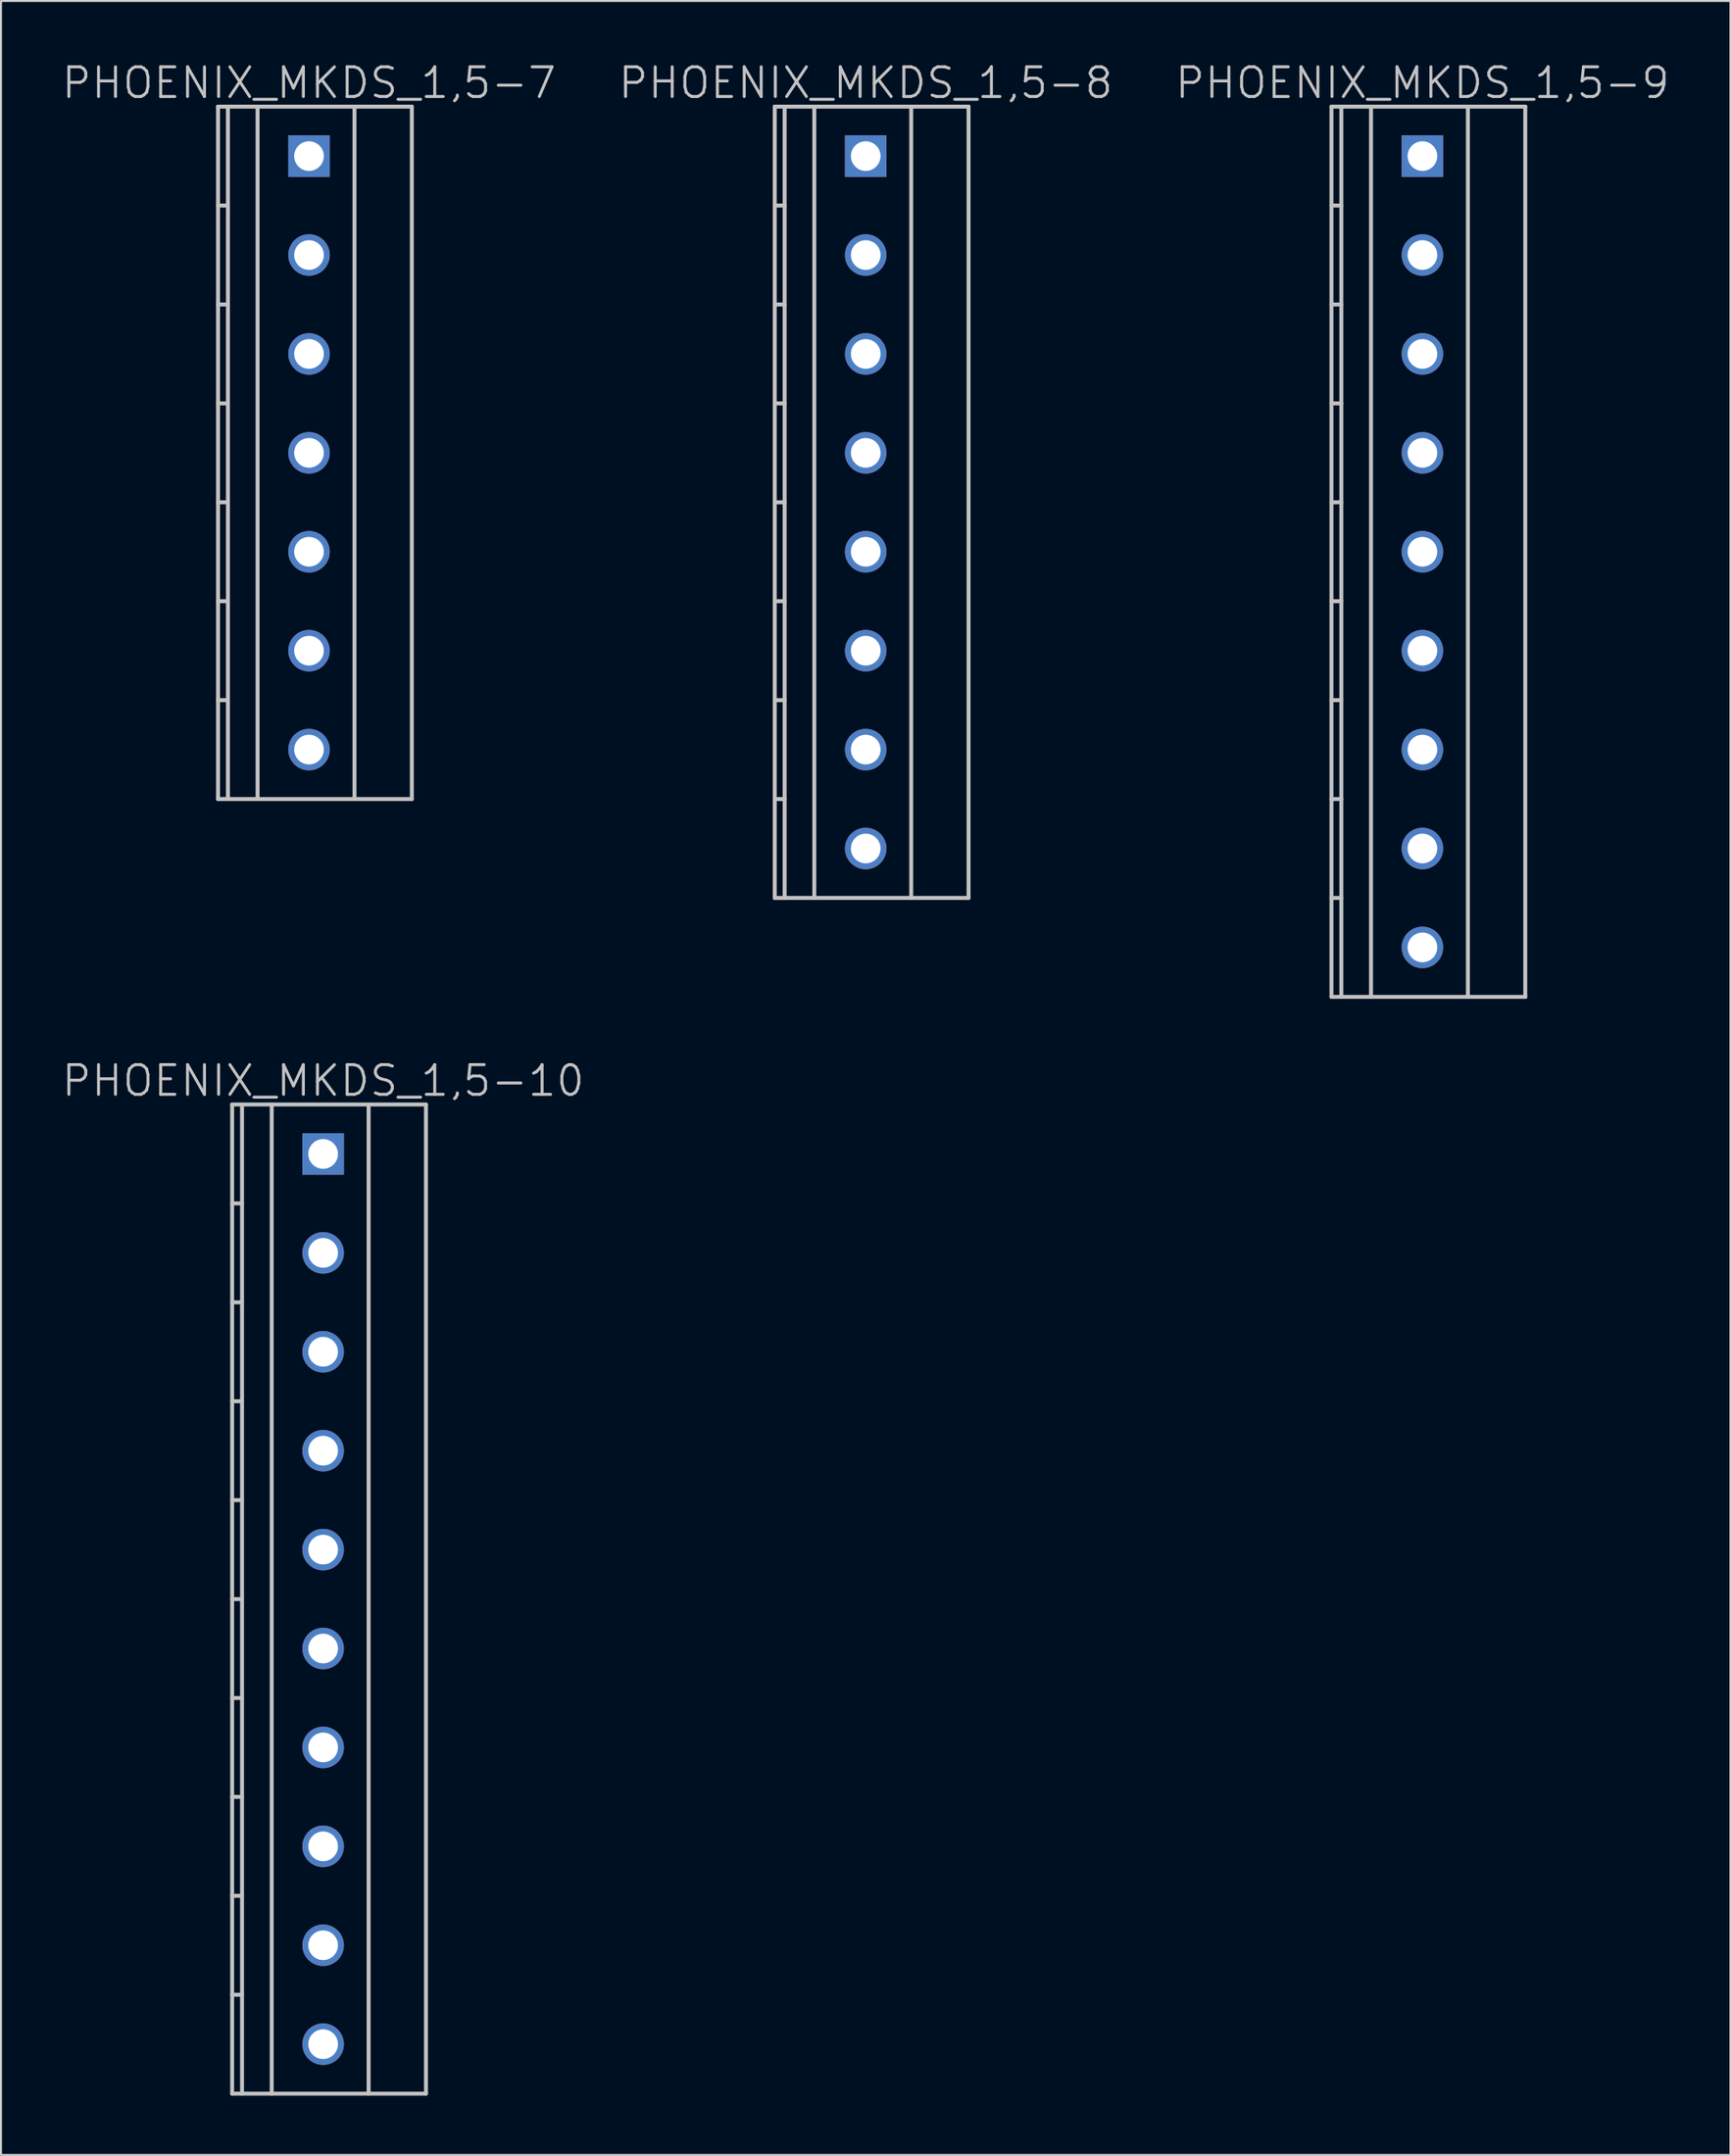
<source format=kicad_pcb>
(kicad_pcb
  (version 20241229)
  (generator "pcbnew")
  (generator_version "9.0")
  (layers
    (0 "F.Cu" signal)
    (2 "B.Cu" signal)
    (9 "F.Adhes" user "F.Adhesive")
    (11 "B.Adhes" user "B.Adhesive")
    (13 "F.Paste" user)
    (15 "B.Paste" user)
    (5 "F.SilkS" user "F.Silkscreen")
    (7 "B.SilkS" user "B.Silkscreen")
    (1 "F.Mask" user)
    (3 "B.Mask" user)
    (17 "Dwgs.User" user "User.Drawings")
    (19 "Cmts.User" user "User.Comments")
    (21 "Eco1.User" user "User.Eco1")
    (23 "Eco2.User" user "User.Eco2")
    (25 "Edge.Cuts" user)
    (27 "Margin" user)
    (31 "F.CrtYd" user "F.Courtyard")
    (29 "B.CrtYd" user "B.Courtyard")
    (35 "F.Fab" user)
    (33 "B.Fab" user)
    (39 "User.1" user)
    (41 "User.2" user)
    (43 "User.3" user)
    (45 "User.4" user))
  (footprint "PHOENIX_MKDS_1,5-9"
    (layer "F.Cu")
    (at 68.875 24.841)
    (property "Reference" "PHOENIX_MKDS_1,5-9" (at 0 -23.7 180) (layer "Dwgs.User") (effects (font (size 1.5 1.5) (thickness 0.15))))
    (attr through_hole)
    (fp_line (start -4.6 -22.5) (end -4.6 22.5) (stroke (width 0.2) (type solid)) (layer "Dwgs.User"))
    (fp_line (start -4.6 22.5) (end 5.2 22.5) (stroke (width 0.2) (type solid)) (layer "Dwgs.User"))
    (fp_line (start -4.1 -22.5) (end -4.1 22.5) (stroke (width 0.2) (type solid)) (layer "Dwgs.User"))
    (fp_line (start -4.1 -17.5) (end -4.6 -17.5) (stroke (width 0.2) (type solid)) (layer "Dwgs.User"))
    (fp_line (start -4.1 -12.5) (end -4.6 -12.5) (stroke (width 0.2) (type solid)) (layer "Dwgs.User"))
    (fp_line (start -4.1 -7.5) (end -4.6 -7.5) (stroke (width 0.2) (type solid)) (layer "Dwgs.User"))
    (fp_line (start -4.1 -2.5) (end -4.6 -2.5) (stroke (width 0.2) (type solid)) (layer "Dwgs.User"))
    (fp_line (start -4.1 2.5) (end -4.6 2.5) (stroke (width 0.2) (type solid)) (layer "Dwgs.User"))
    (fp_line (start -4.1 7.5) (end -4.6 7.5) (stroke (width 0.2) (type solid)) (layer "Dwgs.User"))
    (fp_line (start -4.1 12.5) (end -4.6 12.5) (stroke (width 0.2) (type solid)) (layer "Dwgs.User"))
    (fp_line (start -4.1 17.5) (end -4.6 17.5) (stroke (width 0.2) (type solid)) (layer "Dwgs.User"))
    (fp_line (start -2.6 -22.5) (end -2.6 22.5) (stroke (width 0.2) (type solid)) (layer "Dwgs.User"))
    (fp_line (start 2.3 -22.5) (end 2.3 22.5) (stroke (width 0.2) (type solid)) (layer "Dwgs.User"))
    (fp_line (start 5.2 -22.5) (end -4.6 -22.5) (stroke (width 0.2) (type solid)) (layer "Dwgs.User"))
    (fp_line (start 5.2 22.5) (end 5.2 -22.5) (stroke (width 0.2) (type solid)) (layer "Dwgs.User"))
    (pad "1" thru_hole rect (at 0 -20) (size 2.1 2.1) (drill 1.5) (layers "*.Cu" "*.Mask"))
    (pad "2" thru_hole circle (at 0 -15 270) (size 2.1 2.1) (drill 1.5) (layers "*.Cu" "*.Mask"))
    (pad "3" thru_hole circle (at 0 -10 270) (size 2.1 2.1) (drill 1.5) (layers "*.Cu" "*.Mask"))
    (pad "4" thru_hole circle (at 0 -5 270) (size 2.1 2.1) (drill 1.5) (layers "*.Cu" "*.Mask"))
    (pad "5" thru_hole circle (at 0 0 270) (size 2.1 2.1) (drill 1.5) (layers "*.Cu" "*.Mask"))
    (pad "6" thru_hole circle (at 0 5 270) (size 2.1 2.1) (drill 1.5) (layers "*.Cu" "*.Mask"))
    (pad "7" thru_hole circle (at 0 10 270) (size 2.1 2.1) (drill 1.5) (layers "*.Cu" "*.Mask"))
    (pad "8" thru_hole circle (at 0 15 270) (size 2.1 2.1) (drill 1.5) (layers "*.Cu" "*.Mask"))
    (pad "9" thru_hole circle (at 0 20 270) (size 2.1 2.1) (drill 1.5) (layers "*.Cu" "*.Mask")))
  (footprint "PHOENIX_MKDS_1,5-10"
    (layer "F.Cu")
    (at 13.289 77.781)
    (property "Reference" "PHOENIX_MKDS_1,5-10" (at 0 -26.2 180) (layer "Dwgs.User") (effects (font (size 1.5 1.5) (thickness 0.15))))
    (attr through_hole)
    (fp_line (start -4.6 -25) (end -4.6 25) (stroke (width 0.2) (type solid)) (layer "Dwgs.User"))
    (fp_line (start -4.6 25) (end 5.2 25) (stroke (width 0.2) (type solid)) (layer "Dwgs.User"))
    (fp_line (start -4.1 -25) (end -4.1 25) (stroke (width 0.2) (type solid)) (layer "Dwgs.User"))
    (fp_line (start -4.1 -20) (end -4.6 -20) (stroke (width 0.2) (type solid)) (layer "Dwgs.User"))
    (fp_line (start -4.1 -15) (end -4.6 -15) (stroke (width 0.2) (type solid)) (layer "Dwgs.User"))
    (fp_line (start -4.1 -10) (end -4.6 -10) (stroke (width 0.2) (type solid)) (layer "Dwgs.User"))
    (fp_line (start -4.1 -5) (end -4.6 -5) (stroke (width 0.2) (type solid)) (layer "Dwgs.User"))
    (fp_line (start -4.1 0) (end -4.6 0) (stroke (width 0.2) (type solid)) (layer "Dwgs.User"))
    (fp_line (start -4.1 5) (end -4.6 5) (stroke (width 0.2) (type solid)) (layer "Dwgs.User"))
    (fp_line (start -4.1 10) (end -4.6 10) (stroke (width 0.2) (type solid)) (layer "Dwgs.User"))
    (fp_line (start -4.1 15) (end -4.6 15) (stroke (width 0.2) (type solid)) (layer "Dwgs.User"))
    (fp_line (start -4.1 20) (end -4.6 20) (stroke (width 0.2) (type solid)) (layer "Dwgs.User"))
    (fp_line (start -2.6 -25) (end -2.6 25) (stroke (width 0.2) (type solid)) (layer "Dwgs.User"))
    (fp_line (start 2.3 -25) (end 2.3 25) (stroke (width 0.2) (type solid)) (layer "Dwgs.User"))
    (fp_line (start 5.2 -25) (end -4.6 -25) (stroke (width 0.2) (type solid)) (layer "Dwgs.User"))
    (fp_line (start 5.2 25) (end 5.2 -25) (stroke (width 0.2) (type solid)) (layer "Dwgs.User"))
    (pad "1" thru_hole rect (at 0 -22.5) (size 2.1 2.1) (drill 1.5) (layers "*.Cu" "*.Mask"))
    (pad "2" thru_hole circle (at 0 -17.5 270) (size 2.1 2.1) (drill 1.5) (layers "*.Cu" "*.Mask"))
    (pad "3" thru_hole circle (at 0 -12.5 270) (size 2.1 2.1) (drill 1.5) (layers "*.Cu" "*.Mask"))
    (pad "4" thru_hole circle (at 0 -7.5 270) (size 2.1 2.1) (drill 1.5) (layers "*.Cu" "*.Mask"))
    (pad "5" thru_hole circle (at 0 -2.5 270) (size 2.1 2.1) (drill 1.5) (layers "*.Cu" "*.Mask"))
    (pad "6" thru_hole circle (at 0 2.5 270) (size 2.1 2.1) (drill 1.5) (layers "*.Cu" "*.Mask"))
    (pad "7" thru_hole circle (at 0 7.5 270) (size 2.1 2.1) (drill 1.5) (layers "*.Cu" "*.Mask"))
    (pad "8" thru_hole circle (at 0 12.5 270) (size 2.1 2.1) (drill 1.5) (layers "*.Cu" "*.Mask"))
    (pad "9" thru_hole circle (at 0 17.5 270) (size 2.1 2.1) (drill 1.5) (layers "*.Cu" "*.Mask"))
    (pad "10" thru_hole circle (at 0 22.5 270) (size 2.1 2.1) (drill 1.5) (layers "*.Cu" "*.Mask")))
  (footprint "PHOENIX_MKDS_1,5-8"
    (layer "F.Cu")
    (at 40.725 22.341)
    (property "Reference" "PHOENIX_MKDS_1,5-8" (at 0 -21.2 180) (layer "Dwgs.User") (effects (font (size 1.5 1.5) (thickness 0.15))))
    (attr through_hole)
    (fp_line (start -4.6 -20) (end -4.6 20) (stroke (width 0.2) (type solid)) (layer "Dwgs.User"))
    (fp_line (start -4.6 20) (end 5.2 20) (stroke (width 0.2) (type solid)) (layer "Dwgs.User"))
    (fp_line (start -4.1 -20) (end -4.1 20) (stroke (width 0.2) (type solid)) (layer "Dwgs.User"))
    (fp_line (start -4.1 -15) (end -4.6 -15) (stroke (width 0.2) (type solid)) (layer "Dwgs.User"))
    (fp_line (start -4.1 -10) (end -4.6 -10) (stroke (width 0.2) (type solid)) (layer "Dwgs.User"))
    (fp_line (start -4.1 -5) (end -4.6 -5) (stroke (width 0.2) (type solid)) (layer "Dwgs.User"))
    (fp_line (start -4.1 0) (end -4.6 0) (stroke (width 0.2) (type solid)) (layer "Dwgs.User"))
    (fp_line (start -4.1 5) (end -4.6 5) (stroke (width 0.2) (type solid)) (layer "Dwgs.User"))
    (fp_line (start -4.1 10) (end -4.6 10) (stroke (width 0.2) (type solid)) (layer "Dwgs.User"))
    (fp_line (start -4.1 15) (end -4.6 15) (stroke (width 0.2) (type solid)) (layer "Dwgs.User"))
    (fp_line (start -2.6 -20) (end -2.6 20) (stroke (width 0.2) (type solid)) (layer "Dwgs.User"))
    (fp_line (start 2.3 -20) (end 2.3 20) (stroke (width 0.2) (type solid)) (layer "Dwgs.User"))
    (fp_line (start 5.2 -20) (end -4.6 -20) (stroke (width 0.2) (type solid)) (layer "Dwgs.User"))
    (fp_line (start 5.2 20) (end 5.2 -20) (stroke (width 0.2) (type solid)) (layer "Dwgs.User"))
    (pad "1" thru_hole rect (at 0 -17.5) (size 2.1 2.1) (drill 1.5) (layers "*.Cu" "*.Mask"))
    (pad "2" thru_hole circle (at 0 -12.5 270) (size 2.1 2.1) (drill 1.5) (layers "*.Cu" "*.Mask"))
    (pad "3" thru_hole circle (at 0 -7.5 270) (size 2.1 2.1) (drill 1.5) (layers "*.Cu" "*.Mask"))
    (pad "4" thru_hole circle (at 0 -2.5 270) (size 2.1 2.1) (drill 1.5) (layers "*.Cu" "*.Mask"))
    (pad "5" thru_hole circle (at 0 2.5 270) (size 2.1 2.1) (drill 1.5) (layers "*.Cu" "*.Mask"))
    (pad "6" thru_hole circle (at 0 7.5 270) (size 2.1 2.1) (drill 1.5) (layers "*.Cu" "*.Mask"))
    (pad "7" thru_hole circle (at 0 12.5 270) (size 2.1 2.1) (drill 1.5) (layers "*.Cu" "*.Mask"))
    (pad "8" thru_hole circle (at 0 17.5 270) (size 2.1 2.1) (drill 1.5) (layers "*.Cu" "*.Mask")))
  (footprint "PHOENIX_MKDS_1,5-7"
    (layer "F.Cu")
    (at 12.575 19.841)
    (property "Reference" "PHOENIX_MKDS_1,5-7" (at 0 -18.7 180) (layer "Dwgs.User") (effects (font (size 1.5 1.5) (thickness 0.15))))
    (attr through_hole)
    (fp_line (start -4.6 -17.5) (end -4.6 17.5) (stroke (width 0.2) (type solid)) (layer "Dwgs.User"))
    (fp_line (start -4.6 17.5) (end 5.2 17.5) (stroke (width 0.2) (type solid)) (layer "Dwgs.User"))
    (fp_line (start -4.1 -17.5) (end -4.1 17.5) (stroke (width 0.2) (type solid)) (layer "Dwgs.User"))
    (fp_line (start -4.1 -12.5) (end -4.6 -12.5) (stroke (width 0.2) (type solid)) (layer "Dwgs.User"))
    (fp_line (start -4.1 -7.5) (end -4.6 -7.5) (stroke (width 0.2) (type solid)) (layer "Dwgs.User"))
    (fp_line (start -4.1 -2.5) (end -4.6 -2.5) (stroke (width 0.2) (type solid)) (layer "Dwgs.User"))
    (fp_line (start -4.1 2.5) (end -4.6 2.5) (stroke (width 0.2) (type solid)) (layer "Dwgs.User"))
    (fp_line (start -4.1 7.5) (end -4.6 7.5) (stroke (width 0.2) (type solid)) (layer "Dwgs.User"))
    (fp_line (start -4.1 12.5) (end -4.6 12.5) (stroke (width 0.2) (type solid)) (layer "Dwgs.User"))
    (fp_line (start -2.6 -17.5) (end -2.6 17.5) (stroke (width 0.2) (type solid)) (layer "Dwgs.User"))
    (fp_line (start 2.3 -17.5) (end 2.3 17.5) (stroke (width 0.2) (type solid)) (layer "Dwgs.User"))
    (fp_line (start 5.2 -17.5) (end -4.6 -17.5) (stroke (width 0.2) (type solid)) (layer "Dwgs.User"))
    (fp_line (start 5.2 17.5) (end 5.2 -17.5) (stroke (width 0.2) (type solid)) (layer "Dwgs.User"))
    (pad "1" thru_hole rect (at 0 -15) (size 2.1 2.1) (drill 1.5) (layers "*.Cu" "*.Mask"))
    (pad "2" thru_hole circle (at 0 -10 270) (size 2.1 2.1) (drill 1.5) (layers "*.Cu" "*.Mask"))
    (pad "3" thru_hole circle (at 0 -5 270) (size 2.1 2.1) (drill 1.5) (layers "*.Cu" "*.Mask"))
    (pad "4" thru_hole circle (at 0 0 270) (size 2.1 2.1) (drill 1.5) (layers "*.Cu" "*.Mask"))
    (pad "5" thru_hole circle (at 0 5 270) (size 2.1 2.1) (drill 1.5) (layers "*.Cu" "*.Mask"))
    (pad "6" thru_hole circle (at 0 10 270) (size 2.1 2.1) (drill 1.5) (layers "*.Cu" "*.Mask"))
    (pad "7" thru_hole circle (at 0 15 270) (size 2.1 2.1) (drill 1.5) (layers "*.Cu" "*.Mask")))
  (gr_rect
    (start -3 -3)
    (end 84.45 105.882)
    (stroke (width 0.1) (type default))
    (fill no)
    (layer "Edge.Cuts")))
</source>
